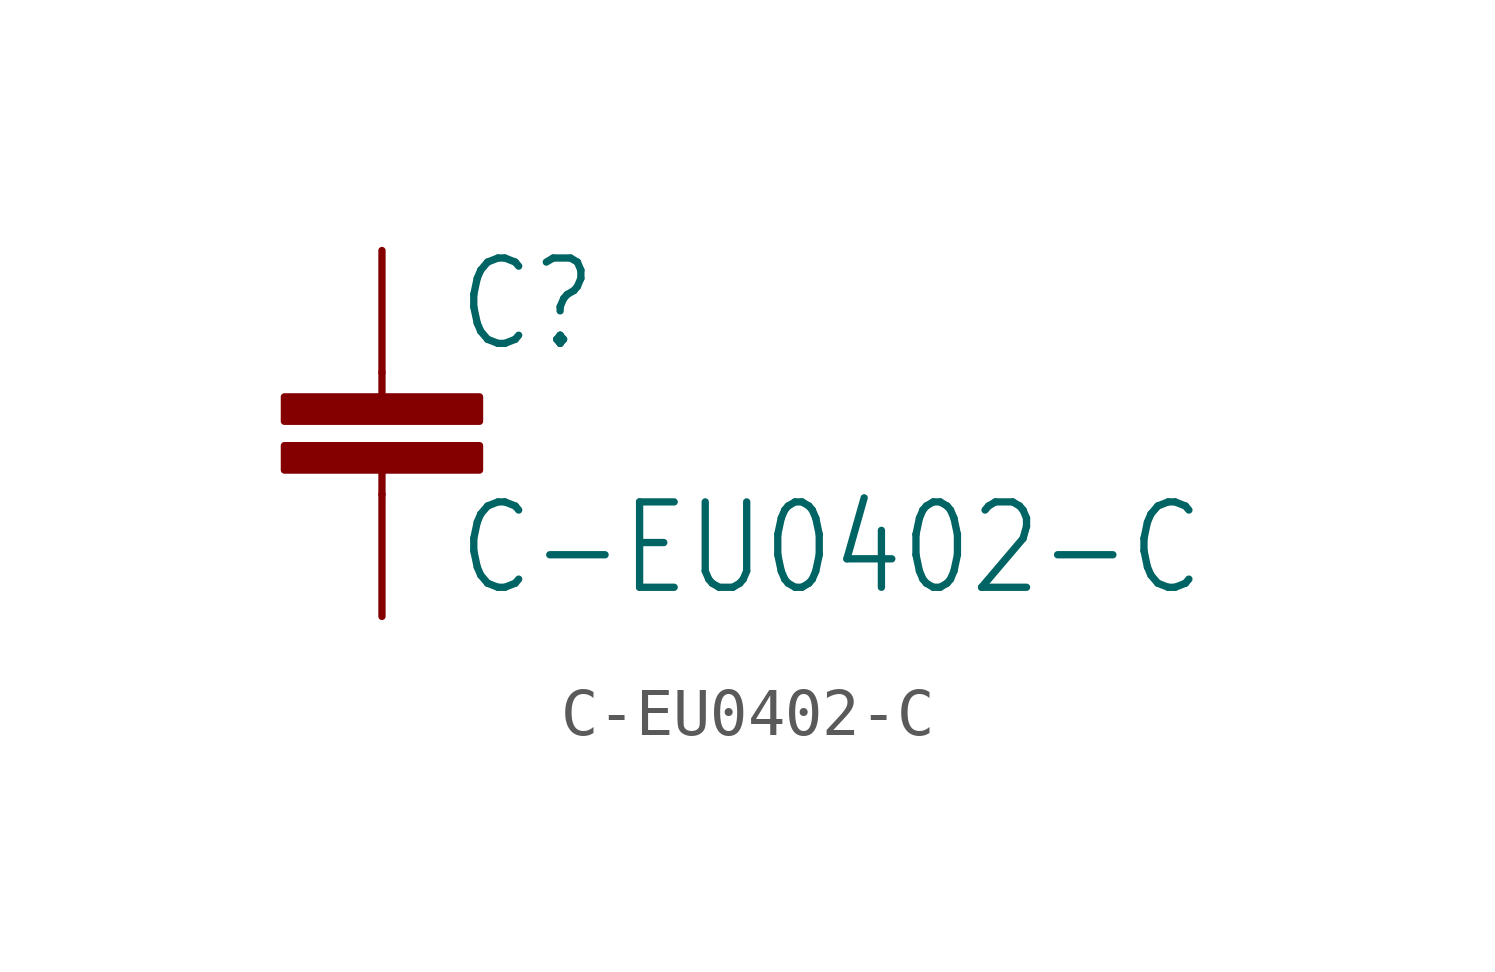
<source format=kicad_sym>
(kicad_symbol_lib
  (version 20211014)
  (generator kicad_symbol_editor)
  (symbol "C-EU0402-C"
    (property "Reference" "C"
      (at 1.524 0.381 0)
      (effects (font (size 1.778 1.511)) (justify left bottom)))
    (property "Value" "C-EU0402-C"
      (at 1.524 -4.699 0)
      (effects (font (size 1.778 1.511)) (justify left bottom)))
    (property "ki_locked" ""
      (at 0 0 0)
      (effects (font (size 1.27 1.27))))
    (symbol "C-EU0402-C_1_0"
      (rectangle (start -2.032 -2.032) (end 2.032 -1.524) (stroke (width 0) (type default)) (fill (type outline)))
      (rectangle (start -2.032 -1.016) (end 2.032 -0.508) (stroke (width 0) (type default)) (fill (type outline)))
      (polyline (pts (xy 0 -2.54) (xy 0 -2.032)) (stroke (width 0.152) (type default)) (fill (type none)))
      (polyline (pts (xy 0 0) (xy 0 -0.508)) (stroke (width 0.152) (type default)) (fill (type none)))
      (pin passive line (at 0 2.54 270) (length 2.54) (name "1" (effects (font (size 0 0)))) (number "1" (effects (font (size 0 0)))))
      (pin passive line (at 0 -5.08 90) (length 2.54) (name "2" (effects (font (size 0 0)))) (number "2" (effects (font (size 0 0))))))))
</source>
